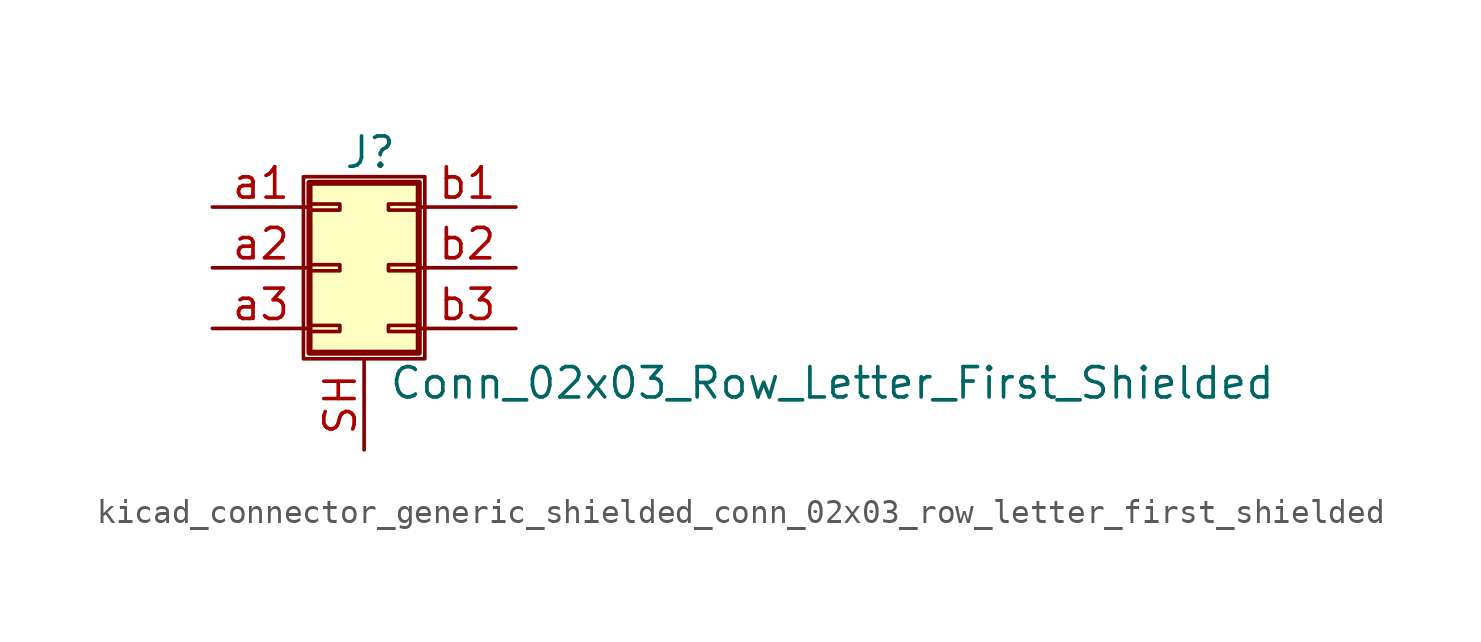
<source format=kicad_sym>
(kicad_symbol_lib
  (version 20220914)
  (generator kicad_symbol_editor)
  (symbol "kicad_connector_generic_shielded_conn_02x03_row_letter_first_shielded"
    (pin_names
      (offset 1.016) hide)
    (property "Reference" "J"
      (at 1.524 4.826 0)
      (effects (font (size 1.27 1.27))))
    (property "Value" "Conn_02x03_Row_Letter_First_Shielded"
      (at 2.286 -4.826 0)
      (effects (font (size 1.27 1.27)) (justify left)))
    (symbol "kicad_connector_generic_shielded_conn_02x03_row_letter_first_shielded_1_1"
      (rectangle (start -1.27 3.81) (end 3.81 -3.81) (stroke (width 0.152) (type default)) (fill (type none)))
      (rectangle (start -1.016 -2.413) (end 0.254 -2.667) (stroke (width 0.152) (type default)) (fill (type none)))
      (rectangle (start -1.016 0.127) (end 0.254 -0.127) (stroke (width 0.152) (type default)) (fill (type none)))
      (rectangle (start -1.016 2.667) (end 0.254 2.413) (stroke (width 0.152) (type default)) (fill (type none)))
      (rectangle (start -1.016 3.556) (end 3.556 -3.556) (stroke (width 0.254) (type default)) (fill (type background)))
      (rectangle (start 3.556 -2.413) (end 2.286 -2.667) (stroke (width 0.152) (type default)) (fill (type none)))
      (rectangle (start 3.556 0.127) (end 2.286 -0.127) (stroke (width 0.152) (type default)) (fill (type none)))
      (rectangle (start 3.556 2.667) (end 2.286 2.413) (stroke (width 0.152) (type default)) (fill (type none)))
      (pin passive line (at 1.27 -7.62 90) (length 3.81) (name "Shield" (effects (font (size 1.27 1.27)))) (number "SH" (effects (font (size 1.27 1.27)))))
      (pin passive line (at -5.08 2.54 0) (length 4.064) (name "Pin_a1" (effects (font (size 1.27 1.27)))) (number "a1" (effects (font (size 1.27 1.27)))))
      (pin passive line (at -5.08 0 0) (length 4.064) (name "Pin_a2" (effects (font (size 1.27 1.27)))) (number "a2" (effects (font (size 1.27 1.27)))))
      (pin passive line (at -5.08 -2.54 0) (length 4.064) (name "Pin_a3" (effects (font (size 1.27 1.27)))) (number "a3" (effects (font (size 1.27 1.27)))))
      (pin passive line (at 7.62 2.54 180) (length 4.064) (name "Pin_b1" (effects (font (size 1.27 1.27)))) (number "b1" (effects (font (size 1.27 1.27)))))
      (pin passive line (at 7.62 0 180) (length 4.064) (name "Pin_b2" (effects (font (size 1.27 1.27)))) (number "b2" (effects (font (size 1.27 1.27)))))
      (pin passive line (at 7.62 -2.54 180) (length 4.064) (name "Pin_b3" (effects (font (size 1.27 1.27)))) (number "b3" (effects (font (size 1.27 1.27))))))))
</source>
